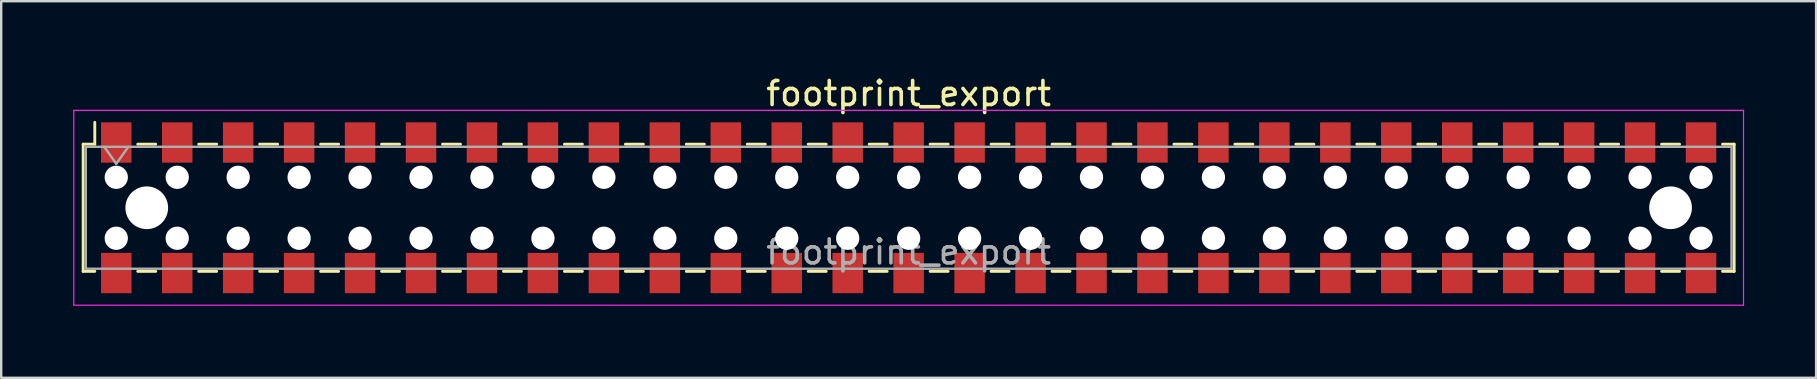
<source format=kicad_pcb>
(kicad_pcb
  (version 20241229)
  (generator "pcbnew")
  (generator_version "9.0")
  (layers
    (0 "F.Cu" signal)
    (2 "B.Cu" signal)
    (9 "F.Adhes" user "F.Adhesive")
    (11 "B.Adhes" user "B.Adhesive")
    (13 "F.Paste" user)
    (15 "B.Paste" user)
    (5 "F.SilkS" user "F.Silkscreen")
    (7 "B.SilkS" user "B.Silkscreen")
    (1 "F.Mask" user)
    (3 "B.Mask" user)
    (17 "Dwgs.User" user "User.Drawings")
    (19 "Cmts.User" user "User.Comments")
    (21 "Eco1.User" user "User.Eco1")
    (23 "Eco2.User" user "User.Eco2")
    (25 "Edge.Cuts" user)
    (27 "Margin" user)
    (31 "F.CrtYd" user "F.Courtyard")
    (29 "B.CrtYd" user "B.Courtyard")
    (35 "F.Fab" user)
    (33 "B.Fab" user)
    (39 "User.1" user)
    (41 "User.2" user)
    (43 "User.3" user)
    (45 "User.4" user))
  (footprint "footprint_export"
    (layer "F.Cu")
    (at 34.815 5.608)
    (property "Reference" "footprint_export" (at 0 -4.76 0) (layer "F.SilkS") (effects (font (size 1 1) (thickness 0.15))))
    (attr smd)
    (fp_line (start -34.4 -2.65) (end -34.4 2.65) (stroke (width 0.12) (type solid)) (layer "F.SilkS"))
    (fp_line (start -34.4 2.65) (end -33.915 2.65) (stroke (width 0.12) (type solid)) (layer "F.SilkS"))
    (fp_line (start -33.915 -3.56) (end -33.915 -2.65) (stroke (width 0.12) (type solid)) (layer "F.SilkS"))
    (fp_line (start -33.915 -2.65) (end -34.4 -2.65) (stroke (width 0.12) (type solid)) (layer "F.SilkS"))
    (fp_line (start -32.125 -2.65) (end -31.375 -2.65) (stroke (width 0.12) (type solid)) (layer "F.SilkS"))
    (fp_line (start -32.125 2.65) (end -31.375 2.65) (stroke (width 0.12) (type solid)) (layer "F.SilkS"))
    (fp_line (start -29.585 -2.65) (end -28.835 -2.65) (stroke (width 0.12) (type solid)) (layer "F.SilkS"))
    (fp_line (start -29.585 2.65) (end -28.835 2.65) (stroke (width 0.12) (type solid)) (layer "F.SilkS"))
    (fp_line (start -27.045 -2.65) (end -26.295 -2.65) (stroke (width 0.12) (type solid)) (layer "F.SilkS"))
    (fp_line (start -27.045 2.65) (end -26.295 2.65) (stroke (width 0.12) (type solid)) (layer "F.SilkS"))
    (fp_line (start -24.505 -2.65) (end -23.755 -2.65) (stroke (width 0.12) (type solid)) (layer "F.SilkS"))
    (fp_line (start -24.505 2.65) (end -23.755 2.65) (stroke (width 0.12) (type solid)) (layer "F.SilkS"))
    (fp_line (start -21.965 -2.65) (end -21.215 -2.65) (stroke (width 0.12) (type solid)) (layer "F.SilkS"))
    (fp_line (start -21.965 2.65) (end -21.215 2.65) (stroke (width 0.12) (type solid)) (layer "F.SilkS"))
    (fp_line (start -19.425 -2.65) (end -18.675 -2.65) (stroke (width 0.12) (type solid)) (layer "F.SilkS"))
    (fp_line (start -19.425 2.65) (end -18.675 2.65) (stroke (width 0.12) (type solid)) (layer "F.SilkS"))
    (fp_line (start -16.885 -2.65) (end -16.135 -2.65) (stroke (width 0.12) (type solid)) (layer "F.SilkS"))
    (fp_line (start -16.885 2.65) (end -16.135 2.65) (stroke (width 0.12) (type solid)) (layer "F.SilkS"))
    (fp_line (start -14.345 -2.65) (end -13.595 -2.65) (stroke (width 0.12) (type solid)) (layer "F.SilkS"))
    (fp_line (start -14.345 2.65) (end -13.595 2.65) (stroke (width 0.12) (type solid)) (layer "F.SilkS"))
    (fp_line (start -11.805 -2.65) (end -11.055 -2.65) (stroke (width 0.12) (type solid)) (layer "F.SilkS"))
    (fp_line (start -11.805 2.65) (end -11.055 2.65) (stroke (width 0.12) (type solid)) (layer "F.SilkS"))
    (fp_line (start -9.265 -2.65) (end -8.515 -2.65) (stroke (width 0.12) (type solid)) (layer "F.SilkS"))
    (fp_line (start -9.265 2.65) (end -8.515 2.65) (stroke (width 0.12) (type solid)) (layer "F.SilkS"))
    (fp_line (start -6.725 -2.65) (end -5.975 -2.65) (stroke (width 0.12) (type solid)) (layer "F.SilkS"))
    (fp_line (start -6.725 2.65) (end -5.975 2.65) (stroke (width 0.12) (type solid)) (layer "F.SilkS"))
    (fp_line (start -4.185 -2.65) (end -3.435 -2.65) (stroke (width 0.12) (type solid)) (layer "F.SilkS"))
    (fp_line (start -4.185 2.65) (end -3.435 2.65) (stroke (width 0.12) (type solid)) (layer "F.SilkS"))
    (fp_line (start -1.645 -2.65) (end -0.895 -2.65) (stroke (width 0.12) (type solid)) (layer "F.SilkS"))
    (fp_line (start -1.645 2.65) (end -0.895 2.65) (stroke (width 0.12) (type solid)) (layer "F.SilkS"))
    (fp_line (start 0.895 -2.65) (end 1.645 -2.65) (stroke (width 0.12) (type solid)) (layer "F.SilkS"))
    (fp_line (start 0.895 2.65) (end 1.645 2.65) (stroke (width 0.12) (type solid)) (layer "F.SilkS"))
    (fp_line (start 3.435 -2.65) (end 4.185 -2.65) (stroke (width 0.12) (type solid)) (layer "F.SilkS"))
    (fp_line (start 3.435 2.65) (end 4.185 2.65) (stroke (width 0.12) (type solid)) (layer "F.SilkS"))
    (fp_line (start 5.975 -2.65) (end 6.725 -2.65) (stroke (width 0.12) (type solid)) (layer "F.SilkS"))
    (fp_line (start 5.975 2.65) (end 6.725 2.65) (stroke (width 0.12) (type solid)) (layer "F.SilkS"))
    (fp_line (start 8.515 -2.65) (end 9.265 -2.65) (stroke (width 0.12) (type solid)) (layer "F.SilkS"))
    (fp_line (start 8.515 2.65) (end 9.265 2.65) (stroke (width 0.12) (type solid)) (layer "F.SilkS"))
    (fp_line (start 11.055 -2.65) (end 11.805 -2.65) (stroke (width 0.12) (type solid)) (layer "F.SilkS"))
    (fp_line (start 11.055 2.65) (end 11.805 2.65) (stroke (width 0.12) (type solid)) (layer "F.SilkS"))
    (fp_line (start 13.595 -2.65) (end 14.345 -2.65) (stroke (width 0.12) (type solid)) (layer "F.SilkS"))
    (fp_line (start 13.595 2.65) (end 14.345 2.65) (stroke (width 0.12) (type solid)) (layer "F.SilkS"))
    (fp_line (start 16.135 -2.65) (end 16.885 -2.65) (stroke (width 0.12) (type solid)) (layer "F.SilkS"))
    (fp_line (start 16.135 2.65) (end 16.885 2.65) (stroke (width 0.12) (type solid)) (layer "F.SilkS"))
    (fp_line (start 18.675 -2.65) (end 19.425 -2.65) (stroke (width 0.12) (type solid)) (layer "F.SilkS"))
    (fp_line (start 18.675 2.65) (end 19.425 2.65) (stroke (width 0.12) (type solid)) (layer "F.SilkS"))
    (fp_line (start 21.215 -2.65) (end 21.965 -2.65) (stroke (width 0.12) (type solid)) (layer "F.SilkS"))
    (fp_line (start 21.215 2.65) (end 21.965 2.65) (stroke (width 0.12) (type solid)) (layer "F.SilkS"))
    (fp_line (start 23.755 -2.65) (end 24.505 -2.65) (stroke (width 0.12) (type solid)) (layer "F.SilkS"))
    (fp_line (start 23.755 2.65) (end 24.505 2.65) (stroke (width 0.12) (type solid)) (layer "F.SilkS"))
    (fp_line (start 26.295 -2.65) (end 27.045 -2.65) (stroke (width 0.12) (type solid)) (layer "F.SilkS"))
    (fp_line (start 26.295 2.65) (end 27.045 2.65) (stroke (width 0.12) (type solid)) (layer "F.SilkS"))
    (fp_line (start 28.835 -2.65) (end 29.585 -2.65) (stroke (width 0.12) (type solid)) (layer "F.SilkS"))
    (fp_line (start 28.835 2.65) (end 29.585 2.65) (stroke (width 0.12) (type solid)) (layer "F.SilkS"))
    (fp_line (start 31.375 -2.65) (end 32.125 -2.65) (stroke (width 0.12) (type solid)) (layer "F.SilkS"))
    (fp_line (start 31.375 2.65) (end 32.125 2.65) (stroke (width 0.12) (type solid)) (layer "F.SilkS"))
    (fp_line (start 33.915 -2.65) (end 34.4 -2.65) (stroke (width 0.12) (type solid)) (layer "F.SilkS"))
    (fp_line (start 34.4 -2.65) (end 34.4 2.65) (stroke (width 0.12) (type solid)) (layer "F.SilkS"))
    (fp_line (start 34.4 2.65) (end 33.915 2.65) (stroke (width 0.12) (type solid)) (layer "F.SilkS"))
    (fp_line (start -34.79 -4.06) (end 34.79 -4.06) (stroke (width 0.05) (type solid)) (layer "F.CrtYd"))
    (fp_line (start -34.79 4.06) (end -34.79 -4.06) (stroke (width 0.05) (type solid)) (layer "F.CrtYd"))
    (fp_line (start 34.79 -4.06) (end 34.79 4.06) (stroke (width 0.05) (type solid)) (layer "F.CrtYd"))
    (fp_line (start 34.79 4.06) (end -34.79 4.06) (stroke (width 0.05) (type solid)) (layer "F.CrtYd"))
    (fp_line (start -34.29 -2.54) (end 34.29 -2.54) (stroke (width 0.1) (type solid)) (layer "F.Fab"))
    (fp_line (start -34.29 2.54) (end -34.29 -2.54) (stroke (width 0.1) (type solid)) (layer "F.Fab"))
    (fp_line (start -33.52 -2.54) (end -33.02 -1.833) (stroke (width 0.1) (type solid)) (layer "F.Fab"))
    (fp_line (start -33.02 -1.833) (end -32.52 -2.54) (stroke (width 0.1) (type solid)) (layer "F.Fab"))
    (fp_line (start 34.29 -2.54) (end 34.29 2.54) (stroke (width 0.1) (type solid)) (layer "F.Fab"))
    (fp_line (start 34.29 2.54) (end -34.29 2.54) (stroke (width 0.1) (type solid)) (layer "F.Fab"))
    (fp_text user "${REFERENCE}" (at 0 1.84 0) (layer "F.Fab") (effects (font (size 1 1) (thickness 0.15))))
    (pad "" np_thru_hole circle (at -33.02 -1.27) (size 0.97 0.97) (drill 0.97) (layers "*.Cu" "*.Mask"))
    (pad "" np_thru_hole circle (at -33.02 1.27) (size 0.97 0.97) (drill 0.97) (layers "*.Cu" "*.Mask"))
    (pad "" np_thru_hole circle (at -31.75 0) (size 1.78 1.78) (drill 1.78) (layers "*.Cu" "*.Mask"))
    (pad "" np_thru_hole circle (at -30.48 -1.27) (size 0.97 0.97) (drill 0.97) (layers "*.Cu" "*.Mask"))
    (pad "" np_thru_hole circle (at -30.48 1.27) (size 0.97 0.97) (drill 0.97) (layers "*.Cu" "*.Mask"))
    (pad "" np_thru_hole circle (at -27.94 -1.27) (size 0.97 0.97) (drill 0.97) (layers "*.Cu" "*.Mask"))
    (pad "" np_thru_hole circle (at -27.94 1.27) (size 0.97 0.97) (drill 0.97) (layers "*.Cu" "*.Mask"))
    (pad "" np_thru_hole circle (at -25.4 -1.27) (size 0.97 0.97) (drill 0.97) (layers "*.Cu" "*.Mask"))
    (pad "" np_thru_hole circle (at -25.4 1.27) (size 0.97 0.97) (drill 0.97) (layers "*.Cu" "*.Mask"))
    (pad "" np_thru_hole circle (at -22.86 -1.27) (size 0.97 0.97) (drill 0.97) (layers "*.Cu" "*.Mask"))
    (pad "" np_thru_hole circle (at -22.86 1.27) (size 0.97 0.97) (drill 0.97) (layers "*.Cu" "*.Mask"))
    (pad "" np_thru_hole circle (at -20.32 -1.27) (size 0.97 0.97) (drill 0.97) (layers "*.Cu" "*.Mask"))
    (pad "" np_thru_hole circle (at -20.32 1.27) (size 0.97 0.97) (drill 0.97) (layers "*.Cu" "*.Mask"))
    (pad "" np_thru_hole circle (at -17.78 -1.27) (size 0.97 0.97) (drill 0.97) (layers "*.Cu" "*.Mask"))
    (pad "" np_thru_hole circle (at -17.78 1.27) (size 0.97 0.97) (drill 0.97) (layers "*.Cu" "*.Mask"))
    (pad "" np_thru_hole circle (at -15.24 -1.27) (size 0.97 0.97) (drill 0.97) (layers "*.Cu" "*.Mask"))
    (pad "" np_thru_hole circle (at -15.24 1.27) (size 0.97 0.97) (drill 0.97) (layers "*.Cu" "*.Mask"))
    (pad "" np_thru_hole circle (at -12.7 -1.27) (size 0.97 0.97) (drill 0.97) (layers "*.Cu" "*.Mask"))
    (pad "" np_thru_hole circle (at -12.7 1.27) (size 0.97 0.97) (drill 0.97) (layers "*.Cu" "*.Mask"))
    (pad "" np_thru_hole circle (at -10.16 -1.27) (size 0.97 0.97) (drill 0.97) (layers "*.Cu" "*.Mask"))
    (pad "" np_thru_hole circle (at -10.16 1.27) (size 0.97 0.97) (drill 0.97) (layers "*.Cu" "*.Mask"))
    (pad "" np_thru_hole circle (at -7.62 -1.27) (size 0.97 0.97) (drill 0.97) (layers "*.Cu" "*.Mask"))
    (pad "" np_thru_hole circle (at -7.62 1.27) (size 0.97 0.97) (drill 0.97) (layers "*.Cu" "*.Mask"))
    (pad "" np_thru_hole circle (at -5.08 -1.27) (size 0.97 0.97) (drill 0.97) (layers "*.Cu" "*.Mask"))
    (pad "" np_thru_hole circle (at -5.08 1.27) (size 0.97 0.97) (drill 0.97) (layers "*.Cu" "*.Mask"))
    (pad "" np_thru_hole circle (at -2.54 -1.27) (size 0.97 0.97) (drill 0.97) (layers "*.Cu" "*.Mask"))
    (pad "" np_thru_hole circle (at -2.54 1.27) (size 0.97 0.97) (drill 0.97) (layers "*.Cu" "*.Mask"))
    (pad "" np_thru_hole circle (at 0 -1.27) (size 0.97 0.97) (drill 0.97) (layers "*.Cu" "*.Mask"))
    (pad "" np_thru_hole circle (at 0 1.27) (size 0.97 0.97) (drill 0.97) (layers "*.Cu" "*.Mask"))
    (pad "" np_thru_hole circle (at 2.54 -1.27) (size 0.97 0.97) (drill 0.97) (layers "*.Cu" "*.Mask"))
    (pad "" np_thru_hole circle (at 2.54 1.27) (size 0.97 0.97) (drill 0.97) (layers "*.Cu" "*.Mask"))
    (pad "" np_thru_hole circle (at 5.08 -1.27) (size 0.97 0.97) (drill 0.97) (layers "*.Cu" "*.Mask"))
    (pad "" np_thru_hole circle (at 5.08 1.27) (size 0.97 0.97) (drill 0.97) (layers "*.Cu" "*.Mask"))
    (pad "" np_thru_hole circle (at 7.62 -1.27) (size 0.97 0.97) (drill 0.97) (layers "*.Cu" "*.Mask"))
    (pad "" np_thru_hole circle (at 7.62 1.27) (size 0.97 0.97) (drill 0.97) (layers "*.Cu" "*.Mask"))
    (pad "" np_thru_hole circle (at 10.16 -1.27) (size 0.97 0.97) (drill 0.97) (layers "*.Cu" "*.Mask"))
    (pad "" np_thru_hole circle (at 10.16 1.27) (size 0.97 0.97) (drill 0.97) (layers "*.Cu" "*.Mask"))
    (pad "" np_thru_hole circle (at 12.7 -1.27) (size 0.97 0.97) (drill 0.97) (layers "*.Cu" "*.Mask"))
    (pad "" np_thru_hole circle (at 12.7 1.27) (size 0.97 0.97) (drill 0.97) (layers "*.Cu" "*.Mask"))
    (pad "" np_thru_hole circle (at 15.24 -1.27) (size 0.97 0.97) (drill 0.97) (layers "*.Cu" "*.Mask"))
    (pad "" np_thru_hole circle (at 15.24 1.27) (size 0.97 0.97) (drill 0.97) (layers "*.Cu" "*.Mask"))
    (pad "" np_thru_hole circle (at 17.78 -1.27) (size 0.97 0.97) (drill 0.97) (layers "*.Cu" "*.Mask"))
    (pad "" np_thru_hole circle (at 17.78 1.27) (size 0.97 0.97) (drill 0.97) (layers "*.Cu" "*.Mask"))
    (pad "" np_thru_hole circle (at 20.32 -1.27) (size 0.97 0.97) (drill 0.97) (layers "*.Cu" "*.Mask"))
    (pad "" np_thru_hole circle (at 20.32 1.27) (size 0.97 0.97) (drill 0.97) (layers "*.Cu" "*.Mask"))
    (pad "" np_thru_hole circle (at 22.86 -1.27) (size 0.97 0.97) (drill 0.97) (layers "*.Cu" "*.Mask"))
    (pad "" np_thru_hole circle (at 22.86 1.27) (size 0.97 0.97) (drill 0.97) (layers "*.Cu" "*.Mask"))
    (pad "" np_thru_hole circle (at 25.4 -1.27) (size 0.97 0.97) (drill 0.97) (layers "*.Cu" "*.Mask"))
    (pad "" np_thru_hole circle (at 25.4 1.27) (size 0.97 0.97) (drill 0.97) (layers "*.Cu" "*.Mask"))
    (pad "" np_thru_hole circle (at 27.94 -1.27) (size 0.97 0.97) (drill 0.97) (layers "*.Cu" "*.Mask"))
    (pad "" np_thru_hole circle (at 27.94 1.27) (size 0.97 0.97) (drill 0.97) (layers "*.Cu" "*.Mask"))
    (pad "" np_thru_hole circle (at 30.48 -1.27) (size 0.97 0.97) (drill 0.97) (layers "*.Cu" "*.Mask"))
    (pad "" np_thru_hole circle (at 30.48 1.27) (size 0.97 0.97) (drill 0.97) (layers "*.Cu" "*.Mask"))
    (pad "" np_thru_hole circle (at 31.75 0) (size 1.78 1.78) (drill 1.78) (layers "*.Cu" "*.Mask"))
    (pad "" np_thru_hole circle (at 33.02 -1.27) (size 0.97 0.97) (drill 0.97) (layers "*.Cu" "*.Mask"))
    (pad "" np_thru_hole circle (at 33.02 1.27) (size 0.97 0.97) (drill 0.97) (layers "*.Cu" "*.Mask"))
    (pad "1" smd rect (at -33.02 -2.72) (size 1.27 1.68) (layers "F.Cu" "F.Mask" "F.Paste"))
    (pad "2" smd rect (at -33.02 2.72) (size 1.27 1.68) (layers "F.Cu" "F.Mask" "F.Paste"))
    (pad "3" smd rect (at -30.48 -2.72) (size 1.27 1.68) (layers "F.Cu" "F.Mask" "F.Paste"))
    (pad "4" smd rect (at -30.48 2.72) (size 1.27 1.68) (layers "F.Cu" "F.Mask" "F.Paste"))
    (pad "5" smd rect (at -27.94 -2.72) (size 1.27 1.68) (layers "F.Cu" "F.Mask" "F.Paste"))
    (pad "6" smd rect (at -27.94 2.72) (size 1.27 1.68) (layers "F.Cu" "F.Mask" "F.Paste"))
    (pad "7" smd rect (at -25.4 -2.72) (size 1.27 1.68) (layers "F.Cu" "F.Mask" "F.Paste"))
    (pad "8" smd rect (at -25.4 2.72) (size 1.27 1.68) (layers "F.Cu" "F.Mask" "F.Paste"))
    (pad "9" smd rect (at -22.86 -2.72) (size 1.27 1.68) (layers "F.Cu" "F.Mask" "F.Paste"))
    (pad "10" smd rect (at -22.86 2.72) (size 1.27 1.68) (layers "F.Cu" "F.Mask" "F.Paste"))
    (pad "11" smd rect (at -20.32 -2.72) (size 1.27 1.68) (layers "F.Cu" "F.Mask" "F.Paste"))
    (pad "12" smd rect (at -20.32 2.72) (size 1.27 1.68) (layers "F.Cu" "F.Mask" "F.Paste"))
    (pad "13" smd rect (at -17.78 -2.72) (size 1.27 1.68) (layers "F.Cu" "F.Mask" "F.Paste"))
    (pad "14" smd rect (at -17.78 2.72) (size 1.27 1.68) (layers "F.Cu" "F.Mask" "F.Paste"))
    (pad "15" smd rect (at -15.24 -2.72) (size 1.27 1.68) (layers "F.Cu" "F.Mask" "F.Paste"))
    (pad "16" smd rect (at -15.24 2.72) (size 1.27 1.68) (layers "F.Cu" "F.Mask" "F.Paste"))
    (pad "17" smd rect (at -12.7 -2.72) (size 1.27 1.68) (layers "F.Cu" "F.Mask" "F.Paste"))
    (pad "18" smd rect (at -12.7 2.72) (size 1.27 1.68) (layers "F.Cu" "F.Mask" "F.Paste"))
    (pad "19" smd rect (at -10.16 -2.72) (size 1.27 1.68) (layers "F.Cu" "F.Mask" "F.Paste"))
    (pad "20" smd rect (at -10.16 2.72) (size 1.27 1.68) (layers "F.Cu" "F.Mask" "F.Paste"))
    (pad "21" smd rect (at -7.62 -2.72) (size 1.27 1.68) (layers "F.Cu" "F.Mask" "F.Paste"))
    (pad "22" smd rect (at -7.62 2.72) (size 1.27 1.68) (layers "F.Cu" "F.Mask" "F.Paste"))
    (pad "23" smd rect (at -5.08 -2.72) (size 1.27 1.68) (layers "F.Cu" "F.Mask" "F.Paste"))
    (pad "24" smd rect (at -5.08 2.72) (size 1.27 1.68) (layers "F.Cu" "F.Mask" "F.Paste"))
    (pad "25" smd rect (at -2.54 -2.72) (size 1.27 1.68) (layers "F.Cu" "F.Mask" "F.Paste"))
    (pad "26" smd rect (at -2.54 2.72) (size 1.27 1.68) (layers "F.Cu" "F.Mask" "F.Paste"))
    (pad "27" smd rect (at 0 -2.72) (size 1.27 1.68) (layers "F.Cu" "F.Mask" "F.Paste"))
    (pad "28" smd rect (at 0 2.72) (size 1.27 1.68) (layers "F.Cu" "F.Mask" "F.Paste"))
    (pad "29" smd rect (at 2.54 -2.72) (size 1.27 1.68) (layers "F.Cu" "F.Mask" "F.Paste"))
    (pad "30" smd rect (at 2.54 2.72) (size 1.27 1.68) (layers "F.Cu" "F.Mask" "F.Paste"))
    (pad "31" smd rect (at 5.08 -2.72) (size 1.27 1.68) (layers "F.Cu" "F.Mask" "F.Paste"))
    (pad "32" smd rect (at 5.08 2.72) (size 1.27 1.68) (layers "F.Cu" "F.Mask" "F.Paste"))
    (pad "33" smd rect (at 7.62 -2.72) (size 1.27 1.68) (layers "F.Cu" "F.Mask" "F.Paste"))
    (pad "34" smd rect (at 7.62 2.72) (size 1.27 1.68) (layers "F.Cu" "F.Mask" "F.Paste"))
    (pad "35" smd rect (at 10.16 -2.72) (size 1.27 1.68) (layers "F.Cu" "F.Mask" "F.Paste"))
    (pad "36" smd rect (at 10.16 2.72) (size 1.27 1.68) (layers "F.Cu" "F.Mask" "F.Paste"))
    (pad "37" smd rect (at 12.7 -2.72) (size 1.27 1.68) (layers "F.Cu" "F.Mask" "F.Paste"))
    (pad "38" smd rect (at 12.7 2.72) (size 1.27 1.68) (layers "F.Cu" "F.Mask" "F.Paste"))
    (pad "39" smd rect (at 15.24 -2.72) (size 1.27 1.68) (layers "F.Cu" "F.Mask" "F.Paste"))
    (pad "40" smd rect (at 15.24 2.72) (size 1.27 1.68) (layers "F.Cu" "F.Mask" "F.Paste"))
    (pad "41" smd rect (at 17.78 -2.72) (size 1.27 1.68) (layers "F.Cu" "F.Mask" "F.Paste"))
    (pad "42" smd rect (at 17.78 2.72) (size 1.27 1.68) (layers "F.Cu" "F.Mask" "F.Paste"))
    (pad "43" smd rect (at 20.32 -2.72) (size 1.27 1.68) (layers "F.Cu" "F.Mask" "F.Paste"))
    (pad "44" smd rect (at 20.32 2.72) (size 1.27 1.68) (layers "F.Cu" "F.Mask" "F.Paste"))
    (pad "45" smd rect (at 22.86 -2.72) (size 1.27 1.68) (layers "F.Cu" "F.Mask" "F.Paste"))
    (pad "46" smd rect (at 22.86 2.72) (size 1.27 1.68) (layers "F.Cu" "F.Mask" "F.Paste"))
    (pad "47" smd rect (at 25.4 -2.72) (size 1.27 1.68) (layers "F.Cu" "F.Mask" "F.Paste"))
    (pad "48" smd rect (at 25.4 2.72) (size 1.27 1.68) (layers "F.Cu" "F.Mask" "F.Paste"))
    (pad "49" smd rect (at 27.94 -2.72) (size 1.27 1.68) (layers "F.Cu" "F.Mask" "F.Paste"))
    (pad "50" smd rect (at 27.94 2.72) (size 1.27 1.68) (layers "F.Cu" "F.Mask" "F.Paste"))
    (pad "51" smd rect (at 30.48 -2.72) (size 1.27 1.68) (layers "F.Cu" "F.Mask" "F.Paste"))
    (pad "52" smd rect (at 30.48 2.72) (size 1.27 1.68) (layers "F.Cu" "F.Mask" "F.Paste"))
    (pad "53" smd rect (at 33.02 -2.72) (size 1.27 1.68) (layers "F.Cu" "F.Mask" "F.Paste"))
    (pad "54" smd rect (at 33.02 2.72) (size 1.27 1.68) (layers "F.Cu" "F.Mask" "F.Paste")))
  (gr_rect
    (start -3 -3)
    (end 72.63 12.693)
    (stroke (width 0.1) (type default))
    (fill no)
    (layer "Edge.Cuts")))
</source>
